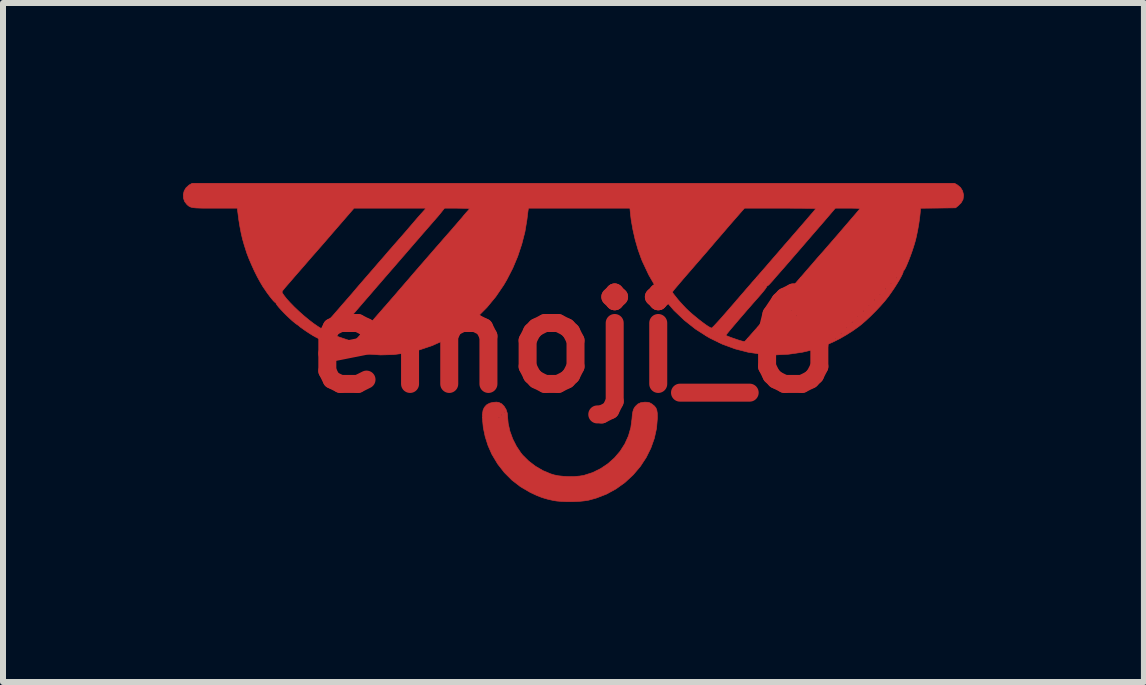
<source format=kicad_pcb>
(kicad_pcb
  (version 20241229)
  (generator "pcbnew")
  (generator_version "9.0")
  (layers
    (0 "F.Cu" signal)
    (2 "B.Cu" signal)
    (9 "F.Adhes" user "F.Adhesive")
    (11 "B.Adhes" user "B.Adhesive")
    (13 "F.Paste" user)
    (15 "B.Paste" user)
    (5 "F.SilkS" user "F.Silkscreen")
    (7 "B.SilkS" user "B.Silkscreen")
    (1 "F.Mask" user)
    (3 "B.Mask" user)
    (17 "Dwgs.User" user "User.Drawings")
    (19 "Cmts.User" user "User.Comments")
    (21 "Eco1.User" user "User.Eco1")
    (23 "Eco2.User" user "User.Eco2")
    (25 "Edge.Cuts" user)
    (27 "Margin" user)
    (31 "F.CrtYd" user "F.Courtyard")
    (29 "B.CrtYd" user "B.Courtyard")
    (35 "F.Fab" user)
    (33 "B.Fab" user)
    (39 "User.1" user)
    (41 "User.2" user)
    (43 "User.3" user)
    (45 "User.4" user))
  (footprint "emoji_6"
    (layer "F.Cu")
    (at 6.506 2.66)
    (property "Reference" "emoji_6" (at 0 0 0) (layer "F.Cu") (effects (font (size 1.524 1.524) (thickness 0.3))))
    (attr through_hole)
    (fp_poly (pts (xy -1.243 0.997) (xy -1.195 1.02) (xy -1.154 1.061) (xy -1.121 1.115) (xy -1.101 1.176) (xy -1.097 1.222) (xy -1.086 1.347) (xy -1.057 1.477) (xy -1.01 1.606) (xy -0.948 1.728) (xy -0.874 1.839) (xy -0.844 1.876) (xy -0.745 1.974) (xy -0.631 2.061) (xy -0.506 2.134) (xy -0.377 2.188) (xy -0.318 2.206) (xy -0.248 2.22) (xy -0.164 2.229) (xy -0.073 2.233) (xy 0.019 2.232) (xy 0.103 2.225) (xy 0.172 2.214) (xy 0.176 2.213) (xy 0.32 2.167) (xy 0.454 2.101) (xy 0.576 2.019) (xy 0.685 1.922) (xy 0.78 1.811) (xy 0.858 1.689) (xy 0.918 1.557) (xy 0.958 1.418) (xy 0.977 1.276) (xy 0.983 1.205) (xy 0.992 1.152) (xy 1.004 1.111) (xy 1.023 1.078) (xy 1.036 1.061) (xy 1.077 1.023) (xy 1.125 1.001) (xy 1.187 0.993) (xy 1.198 0.993) (xy 1.243 0.995) (xy 1.275 1.004) (xy 1.307 1.022) (xy 1.314 1.027) (xy 1.351 1.057) (xy 1.376 1.088) (xy 1.391 1.125) (xy 1.399 1.173) (xy 1.401 1.237) (xy 1.401 1.258) (xy 1.387 1.428) (xy 1.35 1.596) (xy 1.292 1.759) (xy 1.214 1.916) (xy 1.116 2.065) (xy 0.999 2.203) (xy 0.996 2.206) (xy 0.86 2.332) (xy 0.711 2.439) (xy 0.552 2.526) (xy 0.381 2.592) (xy 0.254 2.627) (xy 0.184 2.638) (xy 0.097 2.647) (xy 0.001 2.651) (xy -0.098 2.652) (xy -0.192 2.648) (xy -0.276 2.641) (xy -0.333 2.632) (xy -0.433 2.609) (xy -0.521 2.583) (xy -0.606 2.55) (xy -0.698 2.507) (xy -0.721 2.496) (xy -0.88 2.403) (xy -1.023 2.293) (xy -1.15 2.166) (xy -1.262 2.022) (xy -1.357 1.863) (xy -1.359 1.859) (xy -1.421 1.719) (xy -1.469 1.569) (xy -1.501 1.417) (xy -1.515 1.269) (xy -1.516 1.254) (xy -1.516 1.253) (xy -1.247 1.253) (xy -1.241 1.258) (xy -1.235 1.253) (xy -1.241 1.247) (xy -1.247 1.253) (xy -1.516 1.253) (xy -1.515 1.206) (xy -1.201 1.206) (xy -1.195 1.212) (xy -1.189 1.206) (xy -1.195 1.201) (xy -1.201 1.206) (xy -1.515 1.206) (xy -1.514 1.181) (xy -1.51 1.16) (xy -1.155 1.16) (xy -1.149 1.166) (xy -1.143 1.16) (xy -1.149 1.155) (xy -1.155 1.16) (xy -1.51 1.16) (xy -1.504 1.124) (xy -1.483 1.08) (xy -1.451 1.043) (xy -1.435 1.031) (xy -1.392 1.009) (xy -1.338 0.996) (xy -1.281 0.992) (xy -1.243 0.997)) (stroke (width 0.01) (type solid)) (fill yes) (layer "F.Cu"))
    (fp_poly (pts (xy 6.404 -2.626) (xy 6.454 -2.584) (xy 6.488 -2.528) (xy 6.504 -2.462) (xy 6.504 -2.447) (xy 6.495 -2.385) (xy 6.464 -2.33) (xy 6.415 -2.281) (xy 6.371 -2.246) (xy 6.079 -2.242) (xy 5.788 -2.239) (xy 5.78 -2.15) (xy 5.771 -2.071) (xy 5.758 -1.978) (xy 5.741 -1.881) (xy 5.722 -1.787) (xy 5.705 -1.713) (xy 5.687 -1.649) (xy 5.665 -1.579) (xy 5.641 -1.507) (xy 5.615 -1.436) (xy 5.589 -1.368) (xy 5.564 -1.308) (xy 5.542 -1.258) (xy 5.523 -1.221) (xy 5.509 -1.2) (xy 5.501 -1.198) (xy 5.497 -1.199) (xy 5.499 -1.193) (xy 5.498 -1.175) (xy 5.485 -1.142) (xy 5.462 -1.095) (xy 5.43 -1.038) (xy 5.391 -0.974) (xy 5.347 -0.905) (xy 5.299 -0.835) (xy 5.25 -0.766) (xy 5.249 -0.765) (xy 5.192 -0.693) (xy 5.121 -0.612) (xy 5.042 -0.528) (xy 4.959 -0.445) (xy 4.877 -0.368) (xy 4.801 -0.302) (xy 4.751 -0.263) (xy 4.652 -0.193) (xy 4.547 -0.127) (xy 4.443 -0.067) (xy 4.346 -0.018) (xy 4.318 -0.005) (xy 4.268 0.017) (xy 4.22 0.038) (xy 4.183 0.054) (xy 4.173 0.058) (xy 4.117 0.08) (xy 4.045 0.103) (xy 3.963 0.126) (xy 3.878 0.147) (xy 3.816 0.161) (xy 3.588 0.194) (xy 3.361 0.206) (xy 3.136 0.194) (xy 2.914 0.161) (xy 2.697 0.105) (xy 2.485 0.027) (xy 2.417 -0.006) (xy 4.156 -0.006) (xy 4.162 0) (xy 4.168 -0.006) (xy 4.162 -0.012) (xy 4.156 -0.006) (xy 2.417 -0.006) (xy 2.281 -0.072) (xy 2.237 -0.097) (xy 2.199 -0.121) (xy 2.542 -0.121) (xy 2.557 -0.113) (xy 2.589 -0.1) (xy 2.633 -0.083) (xy 2.683 -0.066) (xy 2.734 -0.048) (xy 2.782 -0.033) (xy 2.821 -0.022) (xy 2.847 -0.016) (xy 2.853 -0.015) (xy 2.862 -0.024) (xy 2.884 -0.048) (xy 2.898 -0.064) (xy 4.364 -0.064) (xy 4.37 -0.058) (xy 4.376 -0.064) (xy 4.37 -0.069) (xy 4.364 -0.064) (xy 2.898 -0.064) (xy 2.908 -0.075) (xy 4.087 -0.075) (xy 4.093 -0.069) (xy 4.099 -0.075) (xy 4.093 -0.081) (xy 4.087 -0.075) (xy 2.908 -0.075) (xy 2.918 -0.086) (xy 2.961 -0.135) (xy 2.98 -0.156) (xy 4.457 -0.156) (xy 4.462 -0.15) (xy 4.468 -0.156) (xy 4.462 -0.162) (xy 4.457 -0.156) (xy 2.98 -0.156) (xy 2.99 -0.167) (xy 3.995 -0.167) (xy 4 -0.162) (xy 4.006 -0.167) (xy 4 -0.173) (xy 3.995 -0.167) (xy 2.99 -0.167) (xy 3.012 -0.193) (xy 3.061 -0.248) (xy 4.549 -0.248) (xy 4.555 -0.242) (xy 4.56 -0.248) (xy 4.555 -0.254) (xy 4.549 -0.248) (xy 3.061 -0.248) (xy 3.069 -0.258) (xy 3.071 -0.26) (xy 3.902 -0.26) (xy 3.908 -0.254) (xy 3.914 -0.26) (xy 3.908 -0.266) (xy 3.902 -0.26) (xy 3.071 -0.26) (xy 3.107 -0.301) (xy 3.141 -0.341) (xy 4.641 -0.341) (xy 4.647 -0.335) (xy 4.653 -0.341) (xy 4.647 -0.346) (xy 4.641 -0.341) (xy 3.141 -0.341) (xy 3.151 -0.352) (xy 3.81 -0.352) (xy 3.816 -0.346) (xy 3.822 -0.352) (xy 3.816 -0.358) (xy 3.81 -0.352) (xy 3.151 -0.352) (xy 3.177 -0.382) (xy 3.221 -0.433) (xy 4.734 -0.433) (xy 4.739 -0.427) (xy 4.745 -0.433) (xy 4.739 -0.439) (xy 4.734 -0.433) (xy 3.221 -0.433) (xy 3.231 -0.445) (xy 3.718 -0.445) (xy 3.723 -0.439) (xy 3.729 -0.445) (xy 3.723 -0.45) (xy 3.718 -0.445) (xy 3.231 -0.445) (xy 3.252 -0.468) (xy 3.301 -0.525) (xy 4.826 -0.525) (xy 4.832 -0.52) (xy 4.838 -0.525) (xy 4.832 -0.531) (xy 4.826 -0.525) (xy 3.301 -0.525) (xy 3.312 -0.537) (xy 3.625 -0.537) (xy 3.631 -0.531) (xy 3.637 -0.537) (xy 3.631 -0.543) (xy 3.625 -0.537) (xy 3.312 -0.537) (xy 3.326 -0.554) (xy 3.382 -0.618) (xy 4.918 -0.618) (xy 4.924 -0.612) (xy 4.93 -0.618) (xy 4.924 -0.623) (xy 4.918 -0.618) (xy 3.382 -0.618) (xy 3.392 -0.629) (xy 3.533 -0.629) (xy 3.539 -0.623) (xy 3.544 -0.629) (xy 3.539 -0.635) (xy 3.533 -0.629) (xy 3.392 -0.629) (xy 3.398 -0.637) (xy 3.461 -0.71) (xy 5.011 -0.71) (xy 5.016 -0.704) (xy 5.022 -0.71) (xy 5.016 -0.716) (xy 5.011 -0.71) (xy 3.461 -0.71) (xy 3.463 -0.711) (xy 3.516 -0.774) (xy 3.521 -0.779) (xy 3.541 -0.802) (xy 5.103 -0.802) (xy 5.109 -0.797) (xy 5.115 -0.802) (xy 5.109 -0.808) (xy 5.103 -0.802) (xy 3.541 -0.802) (xy 3.577 -0.844) (xy 3.621 -0.895) (xy 5.195 -0.895) (xy 5.201 -0.889) (xy 5.207 -0.895) (xy 5.201 -0.901) (xy 5.195 -0.895) (xy 3.621 -0.895) (xy 3.635 -0.911) (xy 3.69 -0.975) (xy 3.701 -0.987) (xy 5.288 -0.987) (xy 5.294 -0.981) (xy 5.299 -0.987) (xy 5.294 -0.993) (xy 5.288 -0.987) (xy 3.701 -0.987) (xy 3.739 -1.031) (xy 3.777 -1.075) (xy 3.781 -1.079) (xy 3.781 -1.079) (xy 5.38 -1.079) (xy 5.386 -1.074) (xy 5.392 -1.079) (xy 5.386 -1.085) (xy 5.38 -1.079) (xy 3.781 -1.079) (xy 3.828 -1.133) (xy 3.882 -1.196) (xy 3.936 -1.258) (xy 3.972 -1.299) (xy 4.014 -1.348) (xy 4.055 -1.396) (xy 4.091 -1.437) (xy 4.117 -1.466) (xy 4.139 -1.491) (xy 4.173 -1.529) (xy 4.216 -1.579) (xy 4.264 -1.634) (xy 4.315 -1.693) (xy 4.324 -1.703) (xy 4.421 -1.815) (xy 4.503 -1.911) (xy 4.573 -1.992) (xy 4.63 -2.059) (xy 4.676 -2.112) (xy 4.712 -2.154) (xy 4.738 -2.185) (xy 4.756 -2.206) (xy 4.766 -2.219) (xy 4.767 -2.22) (xy 4.771 -2.227) (xy 4.77 -2.232) (xy 4.759 -2.236) (xy 4.736 -2.238) (xy 4.699 -2.239) (xy 4.645 -2.24) (xy 4.575 -2.24) (xy 4.367 -2.24) (xy 4.281 -2.139) (xy 4.234 -2.084) (xy 4.181 -2.022) (xy 4.13 -1.963) (xy 4.109 -1.939) (xy 3.985 -1.796) (xy 3.873 -1.666) (xy 3.774 -1.551) (xy 3.686 -1.45) (xy 3.613 -1.365) (xy 3.552 -1.295) (xy 3.506 -1.242) (xy 3.473 -1.205) (xy 3.459 -1.189) (xy 3.431 -1.157) (xy 3.394 -1.115) (xy 3.353 -1.068) (xy 3.326 -1.036) (xy 3.291 -0.997) (xy 3.262 -0.966) (xy 3.24 -0.947) (xy 3.231 -0.942) (xy 3.223 -0.941) (xy 3.224 -0.938) (xy 3.219 -0.923) (xy 3.201 -0.896) (xy 3.169 -0.855) (xy 3.122 -0.799) (xy 3.059 -0.727) (xy 3.01 -0.672) (xy 2.956 -0.61) (xy 2.898 -0.544) (xy 2.839 -0.475) (xy 2.78 -0.407) (xy 2.724 -0.341) (xy 2.672 -0.28) (xy 2.626 -0.226) (xy 2.588 -0.18) (xy 2.561 -0.147) (xy 2.545 -0.126) (xy 2.542 -0.121) (xy 2.199 -0.121) (xy 2.035 -0.226) (xy 1.848 -0.374) (xy 1.676 -0.538) (xy 1.52 -0.719) (xy 1.432 -0.842) (xy 1.651 -0.842) (xy 1.658 -0.827) (xy 1.679 -0.799) (xy 1.709 -0.761) (xy 1.745 -0.716) (xy 1.786 -0.669) (xy 1.828 -0.623) (xy 1.868 -0.581) (xy 1.872 -0.576) (xy 1.921 -0.529) (xy 1.977 -0.479) (xy 2.037 -0.429) (xy 2.097 -0.38) (xy 2.156 -0.335) (xy 2.209 -0.296) (xy 2.254 -0.266) (xy 2.288 -0.248) (xy 2.305 -0.242) (xy 2.316 -0.251) (xy 2.34 -0.274) (xy 2.375 -0.311) (xy 2.418 -0.358) (xy 2.467 -0.412) (xy 2.507 -0.458) (xy 2.562 -0.521) (xy 2.615 -0.582) (xy 2.662 -0.636) (xy 2.702 -0.682) (xy 2.73 -0.716) (xy 2.742 -0.729) (xy 2.76 -0.75) (xy 2.791 -0.786) (xy 2.834 -0.835) (xy 2.885 -0.895) (xy 2.944 -0.962) (xy 2.975 -0.999) (xy 3.163 -0.999) (xy 3.169 -0.993) (xy 3.175 -0.999) (xy 3.169 -1.004) (xy 3.163 -0.999) (xy 2.975 -0.999) (xy 3.008 -1.036) (xy 3.046 -1.079) (xy 3.083 -1.079) (xy 3.088 -1.074) (xy 3.094 -1.079) (xy 3.088 -1.085) (xy 3.083 -1.079) (xy 3.046 -1.079) (xy 3.074 -1.112) (xy 3.077 -1.115) (xy 3.144 -1.192) (xy 3.208 -1.265) (xy 3.266 -1.333) (xy 3.318 -1.393) (xy 3.361 -1.442) (xy 3.393 -1.479) (xy 3.411 -1.5) (xy 3.412 -1.501) (xy 3.434 -1.527) (xy 3.469 -1.567) (xy 3.511 -1.617) (xy 3.559 -1.671) (xy 3.603 -1.722) (xy 3.709 -1.844) (xy 3.801 -1.95) (xy 3.879 -2.04) (xy 3.941 -2.113) (xy 3.989 -2.168) (xy 4.021 -2.207) (xy 4.038 -2.229) (xy 4.041 -2.234) (xy 4.03 -2.235) (xy 3.998 -2.236) (xy 3.947 -2.237) (xy 3.879 -2.238) (xy 3.797 -2.239) (xy 3.703 -2.239) (xy 3.598 -2.24) (xy 3.486 -2.24) (xy 3.447 -2.24) (xy 2.853 -2.24) (xy 2.784 -2.162) (xy 2.753 -2.126) (xy 2.709 -2.076) (xy 2.655 -2.014) (xy 2.594 -1.944) (xy 2.529 -1.868) (xy 2.462 -1.79) (xy 2.395 -1.713) (xy 2.332 -1.639) (xy 2.299 -1.6) (xy 2.258 -1.552) (xy 2.216 -1.503) (xy 2.179 -1.461) (xy 2.159 -1.438) (xy 2.124 -1.397) (xy 2.083 -1.35) (xy 2.048 -1.31) (xy 2.022 -1.28) (xy 1.985 -1.237) (xy 1.939 -1.184) (xy 1.888 -1.125) (xy 1.834 -1.063) (xy 1.82 -1.046) (xy 1.771 -0.989) (xy 1.728 -0.938) (xy 1.692 -0.896) (xy 1.666 -0.864) (xy 1.653 -0.845) (xy 1.651 -0.842) (xy 1.432 -0.842) (xy 1.38 -0.915) (xy 1.257 -1.128) (xy 1.15 -1.355) (xy 1.131 -1.403) (xy 1.078 -1.552) (xy 1.031 -1.714) (xy 0.993 -1.881) (xy 0.964 -2.045) (xy 0.951 -2.156) (xy 0.943 -2.24) (xy -0.748 -2.24) (xy -0.755 -2.197) (xy -0.759 -2.166) (xy -0.765 -2.12) (xy -0.771 -2.067) (xy -0.774 -2.044) (xy -0.807 -1.845) (xy -0.859 -1.642) (xy -0.927 -1.437) (xy -1.011 -1.237) (xy -1.109 -1.047) (xy -1.161 -0.958) (xy -1.294 -0.763) (xy -1.442 -0.584) (xy -1.603 -0.422) (xy -1.776 -0.276) (xy -1.959 -0.149) (xy -2.153 -0.039) (xy -2.354 0.051) (xy -2.562 0.121) (xy -2.775 0.171) (xy -2.993 0.2) (xy -3.213 0.206) (xy -3.435 0.191) (xy -3.441 0.19) (xy -3.668 0.151) (xy -3.888 0.09) (xy -4.1 0.007) (xy -4.305 -0.097) (xy -4.334 -0.114) (xy -4.351 -0.124) (xy -3.962 -0.124) (xy -3.956 -0.114) (xy -3.94 -0.106) (xy -3.934 -0.104) (xy -3.905 -0.093) (xy -3.864 -0.079) (xy -3.817 -0.063) (xy -3.768 -0.047) (xy -3.723 -0.032) (xy -3.686 -0.02) (xy -3.664 -0.013) (xy -3.659 -0.012) (xy -3.651 -0.02) (xy -3.629 -0.044) (xy -3.596 -0.08) (xy -3.554 -0.127) (xy -3.505 -0.183) (xy -3.452 -0.245) (xy -3.392 -0.313) (xy -3.332 -0.382) (xy -3.276 -0.447) (xy -3.225 -0.505) (xy -3.184 -0.552) (xy -3.163 -0.577) (xy -3.131 -0.612) (xy -3.088 -0.662) (xy -3.036 -0.722) (xy -2.977 -0.789) (xy -2.917 -0.86) (xy -2.863 -0.922) (xy -2.802 -0.993) (xy -2.741 -1.063) (xy -2.684 -1.13) (xy -2.633 -1.189) (xy -2.591 -1.237) (xy -2.564 -1.269) (xy -2.518 -1.321) (xy -2.469 -1.378) (xy -2.422 -1.432) (xy -2.402 -1.455) (xy -2.374 -1.487) (xy -2.334 -1.533) (xy -2.285 -1.59) (xy -2.228 -1.654) (xy -2.168 -1.724) (xy -2.106 -1.794) (xy -2.101 -1.8) (xy -2.042 -1.867) (xy -1.986 -1.932) (xy -1.936 -1.99) (xy -1.893 -2.04) (xy -1.86 -2.078) (xy -1.84 -2.102) (xy -1.838 -2.105) (xy -1.808 -2.141) (xy -1.777 -2.176) (xy -1.766 -2.188) (xy -1.745 -2.212) (xy -1.733 -2.229) (xy -1.732 -2.232) (xy -1.743 -2.234) (xy -1.773 -2.237) (xy -1.819 -2.238) (xy -1.878 -2.239) (xy -1.939 -2.24) (xy -2.147 -2.24) (xy -2.192 -2.183) (xy -2.222 -2.146) (xy -2.26 -2.1) (xy -2.298 -2.057) (xy -2.301 -2.053) (xy -2.326 -2.025) (xy -2.363 -1.982) (xy -2.41 -1.928) (xy -2.464 -1.866) (xy -2.522 -1.8) (xy -2.575 -1.738) (xy -2.637 -1.667) (xy -2.699 -1.595) (xy -2.759 -1.526) (xy -2.813 -1.463) (xy -2.858 -1.412) (xy -2.885 -1.38) (xy -2.933 -1.325) (xy -2.986 -1.263) (xy -3.037 -1.205) (xy -3.071 -1.166) (xy -3.108 -1.123) (xy -3.156 -1.068) (xy -3.209 -1.006) (xy -3.264 -0.943) (xy -3.302 -0.899) (xy -3.355 -0.837) (xy -3.419 -0.763) (xy -3.488 -0.684) (xy -3.555 -0.606) (xy -3.617 -0.534) (xy -3.618 -0.533) (xy -3.673 -0.469) (xy -3.729 -0.405) (xy -3.782 -0.345) (xy -3.828 -0.293) (xy -3.863 -0.254) (xy -3.87 -0.245) (xy -3.914 -0.197) (xy -3.943 -0.163) (xy -3.958 -0.14) (xy -3.962 -0.124) (xy -4.351 -0.124) (xy -4.382 -0.143) (xy -4.433 -0.176) (xy -4.482 -0.209) (xy -4.524 -0.239) (xy -4.556 -0.262) (xy -4.572 -0.277) (xy -4.585 -0.287) (xy -4.607 -0.302) (xy -4.641 -0.327) (xy -4.682 -0.362) (xy -4.685 -0.364) (xy -4.664 -0.364) (xy -4.659 -0.358) (xy -4.653 -0.364) (xy -4.659 -0.369) (xy -4.664 -0.364) (xy -4.685 -0.364) (xy -4.729 -0.404) (xy -4.778 -0.45) (xy -4.826 -0.498) (xy -4.87 -0.545) (xy -4.908 -0.587) (xy -4.937 -0.623) (xy -4.954 -0.648) (xy -4.957 -0.66) (xy -4.957 -0.668) (xy -4.962 -0.666) (xy -4.974 -0.671) (xy -4.996 -0.693) (xy -5 -0.697) (xy -4.996 -0.697) (xy -4.993 -0.693) (xy -4.983 -0.682) (xy -4.981 -0.681) (xy -4.98 -0.689) (xy -4.982 -0.693) (xy -4.993 -0.704) (xy -4.995 -0.704) (xy -4.996 -0.697) (xy -5 -0.697) (xy -5.027 -0.729) (xy -5.065 -0.777) (xy -5.106 -0.833) (xy -5.111 -0.84) (xy -4.855 -0.84) (xy -4.847 -0.822) (xy -4.827 -0.792) (xy -4.824 -0.788) (xy -4.781 -0.732) (xy -4.722 -0.667) (xy -4.652 -0.595) (xy -4.574 -0.521) (xy -4.492 -0.448) (xy -4.41 -0.38) (xy -4.332 -0.32) (xy -4.261 -0.271) (xy -4.255 -0.267) (xy -4.197 -0.231) (xy -4.175 -0.257) (xy -4.161 -0.274) (xy -4.134 -0.305) (xy -4.098 -0.347) (xy -4.056 -0.396) (xy -4.019 -0.438) (xy -3.967 -0.498) (xy -3.911 -0.562) (xy -3.858 -0.624) (xy -3.812 -0.676) (xy -3.793 -0.698) (xy -3.745 -0.753) (xy -3.691 -0.815) (xy -3.64 -0.875) (xy -3.614 -0.906) (xy -3.573 -0.954) (xy -3.531 -1.002) (xy -3.494 -1.045) (xy -3.475 -1.067) (xy -3.454 -1.091) (xy -3.421 -1.129) (xy -3.377 -1.18) (xy -3.325 -1.239) (xy -3.269 -1.305) (xy -3.209 -1.374) (xy -3.199 -1.385) (xy -3.139 -1.454) (xy -3.082 -1.521) (xy -3.029 -1.581) (xy -2.984 -1.633) (xy -2.948 -1.674) (xy -2.924 -1.701) (xy -2.922 -1.704) (xy -2.896 -1.733) (xy -2.859 -1.775) (xy -2.815 -1.826) (xy -2.768 -1.88) (xy -2.742 -1.911) (xy -2.667 -1.998) (xy -2.604 -2.072) (xy -2.549 -2.134) (xy -2.5 -2.189) (xy -2.483 -2.208) (xy -2.455 -2.24) (xy -3.655 -2.24) (xy -3.932 -1.92) (xy -4 -1.842) (xy -4.067 -1.764) (xy -4.131 -1.69) (xy -4.189 -1.623) (xy -4.24 -1.565) (xy -4.279 -1.52) (xy -4.301 -1.495) (xy -4.354 -1.435) (xy -4.412 -1.368) (xy -4.473 -1.297) (xy -4.536 -1.225) (xy -4.598 -1.154) (xy -4.657 -1.086) (xy -4.711 -1.023) (xy -4.759 -0.968) (xy -4.798 -0.923) (xy -4.825 -0.89) (xy -4.84 -0.872) (xy -4.841 -0.871) (xy -4.852 -0.854) (xy -4.855 -0.84) (xy -5.111 -0.84) (xy -5.149 -0.896) (xy -5.174 -0.932) (xy -5.218 -1.006) (xy -5.267 -1.095) (xy -5.317 -1.195) (xy -5.364 -1.299) (xy -5.408 -1.401) (xy -5.444 -1.495) (xy -5.453 -1.524) (xy -5.486 -1.628) (xy -5.514 -1.726) (xy -5.537 -1.825) (xy -5.557 -1.929) (xy -5.576 -2.045) (xy -5.593 -2.178) (xy -5.595 -2.191) (xy -5.601 -2.24) (xy -5.97 -2.24) (xy -6.077 -2.24) (xy -6.164 -2.24) (xy -6.233 -2.242) (xy -6.287 -2.244) (xy -6.328 -2.248) (xy -6.359 -2.253) (xy -6.383 -2.261) (xy -6.403 -2.271) (xy -6.421 -2.284) (xy -6.439 -2.301) (xy -6.441 -2.302) (xy -6.479 -2.351) (xy -6.499 -2.409) (xy -6.501 -2.47) (xy -6.486 -2.529) (xy -6.454 -2.582) (xy -6.406 -2.625) (xy -6.396 -2.631) (xy -6.353 -2.655) (xy 6.354 -2.655) (xy 6.404 -2.626)) (stroke (width 0.01) (type solid)) (fill yes) (layer "F.Cu")))
  (gr_rect
    (start -3 -3)
    (end 16.016 8.317)
    (stroke (width 0.1) (type default))
    (fill no)
    (layer "Edge.Cuts")))
</source>
